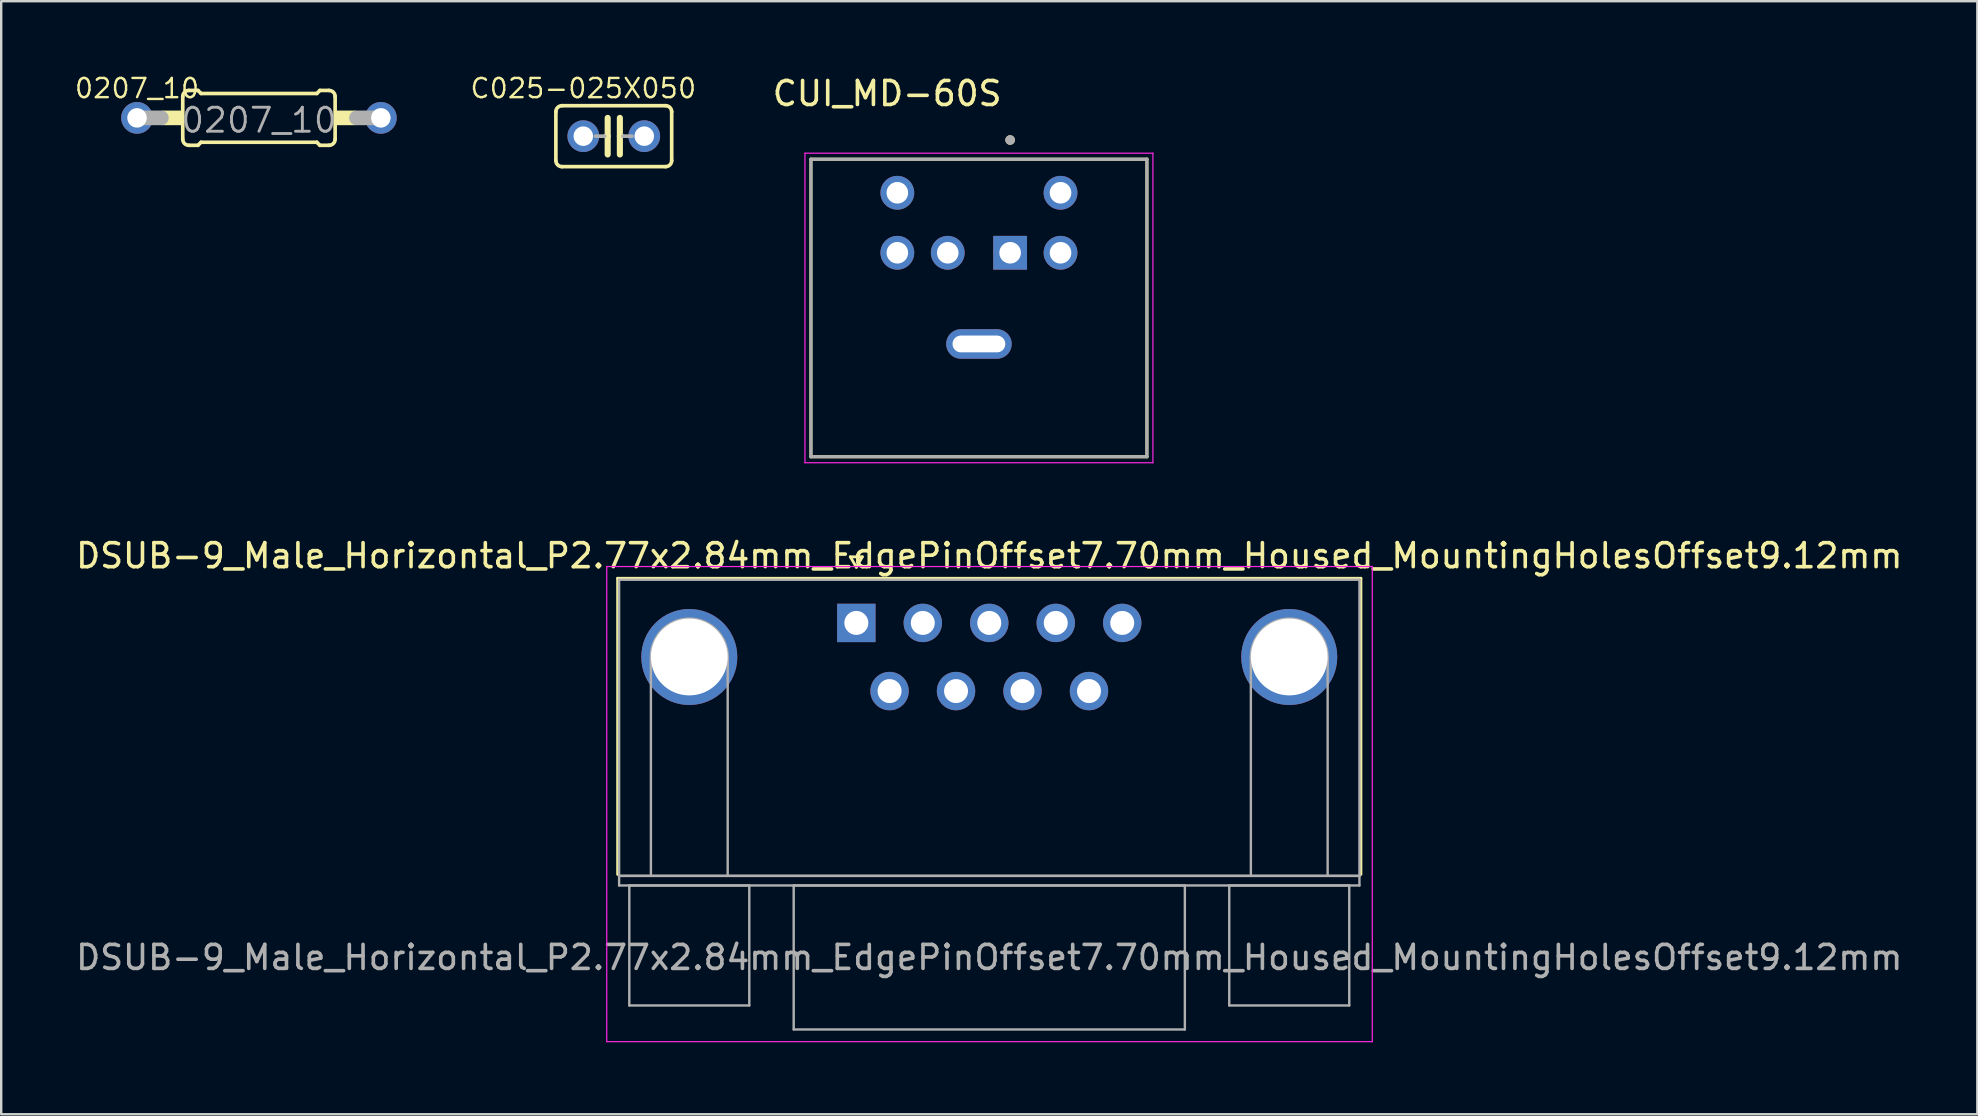
<source format=kicad_pcb>
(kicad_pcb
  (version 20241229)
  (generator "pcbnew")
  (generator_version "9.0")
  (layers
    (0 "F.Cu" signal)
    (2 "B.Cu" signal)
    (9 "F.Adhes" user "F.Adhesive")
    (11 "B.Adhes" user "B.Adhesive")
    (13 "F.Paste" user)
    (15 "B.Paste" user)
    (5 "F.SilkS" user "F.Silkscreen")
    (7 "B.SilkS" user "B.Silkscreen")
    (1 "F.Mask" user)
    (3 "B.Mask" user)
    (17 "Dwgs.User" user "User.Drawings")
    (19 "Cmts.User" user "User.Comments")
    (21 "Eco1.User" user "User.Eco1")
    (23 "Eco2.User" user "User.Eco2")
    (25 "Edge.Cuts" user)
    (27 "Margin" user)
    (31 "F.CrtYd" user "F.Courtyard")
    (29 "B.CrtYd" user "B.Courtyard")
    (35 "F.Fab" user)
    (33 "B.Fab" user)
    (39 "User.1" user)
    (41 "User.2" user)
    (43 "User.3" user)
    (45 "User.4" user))
  (footprint "CUI_MD-60S"
    (layer "F.Cu")
    (at 37.742 11.283)
    (property "Reference" "CUI_MD-60S" (at -3.825 -10.435 0) (layer "F.SilkS") (effects (font (size 1 1) (thickness 0.15))))
    (attr through_hole)
    (fp_line (start -7 -7.7) (end 7 -7.7) (stroke (width 0.127) (type solid)) (layer "F.SilkS"))
    (fp_line (start -7 4.7) (end -7 -7.7) (stroke (width 0.127) (type solid)) (layer "F.SilkS"))
    (fp_line (start 7 -7.7) (end 7 4.7) (stroke (width 0.127) (type solid)) (layer "F.SilkS"))
    (fp_line (start 7 4.7) (end -7 4.7) (stroke (width 0.127) (type solid)) (layer "F.SilkS"))
    (fp_circle (center 1.3 -8.499) (end 1.4 -8.499) (stroke (width 0.2) (type solid)) (fill no) (layer "F.SilkS"))
    (fp_line (start -7.25 -7.95) (end -7.25 4.95) (stroke (width 0.05) (type solid)) (layer "F.CrtYd"))
    (fp_line (start -7.25 4.95) (end 7.25 4.95) (stroke (width 0.05) (type solid)) (layer "F.CrtYd"))
    (fp_line (start 7.25 -7.95) (end -7.25 -7.95) (stroke (width 0.05) (type solid)) (layer "F.CrtYd"))
    (fp_line (start 7.25 4.95) (end 7.25 -7.95) (stroke (width 0.05) (type solid)) (layer "F.CrtYd"))
    (fp_line (start -7 -7.7) (end 7 -7.7) (stroke (width 0.127) (type solid)) (layer "F.Fab"))
    (fp_line (start -7 4.7) (end -7 -7.7) (stroke (width 0.127) (type solid)) (layer "F.Fab"))
    (fp_line (start 7 -7.7) (end 7 4.7) (stroke (width 0.127) (type solid)) (layer "F.Fab"))
    (fp_line (start 7 4.7) (end -7 4.7) (stroke (width 0.127) (type solid)) (layer "F.Fab"))
    (fp_circle (center 1.3 -8.499) (end 1.4 -8.499) (stroke (width 0.2) (type solid)) (fill no) (layer "F.Fab"))
    (pad "1" thru_hole rect (at 1.3 -3.8) (size 1.408 1.408) (drill 0.9) (layers "*.Cu" "*.Mask"))
    (pad "2" thru_hole circle (at -1.3 -3.8) (size 1.408 1.408) (drill 0.9) (layers "*.Cu" "*.Mask"))
    (pad "3" thru_hole circle (at 3.4 -3.8) (size 1.408 1.408) (drill 0.9) (layers "*.Cu" "*.Mask"))
    (pad "4" thru_hole circle (at -3.4 -3.8) (size 1.408 1.408) (drill 0.9) (layers "*.Cu" "*.Mask"))
    (pad "5" thru_hole circle (at 3.4 -6.3) (size 1.408 1.408) (drill 0.9) (layers "*.Cu" "*.Mask"))
    (pad "6" thru_hole circle (at -3.4 -6.3) (size 1.408 1.408) (drill 0.9) (layers "*.Cu" "*.Mask"))
    (pad "S1" thru_hole oval (at 0 0) (size 2.73 1.23) (drill oval 2.2 0.7) (layers "*.Cu" "*.Mask")))
  (footprint "0207_10"
    (layer "F.Cu")
    (at 7.74 1.862)
    (property "Reference" "0207_10" (at -5.08 -0.762 0) (unlocked yes) (layer "F.SilkS") (effects (font (size 0.8 0.8) (thickness 0.1)) (justify bottom)))
    (attr through_hole)
    (fp_line (start -3.175 0.889) (end -3.175 -0.889) (stroke (width 0.152) (type solid)) (layer "F.SilkS"))
    (fp_line (start -2.921 -1.143) (end -2.54 -1.143) (stroke (width 0.152) (type solid)) (layer "F.SilkS"))
    (fp_line (start -2.921 1.143) (end -2.54 1.143) (stroke (width 0.152) (type solid)) (layer "F.SilkS"))
    (fp_line (start -2.413 -1.016) (end -2.54 -1.143) (stroke (width 0.152) (type solid)) (layer "F.SilkS"))
    (fp_line (start -2.413 1.016) (end -2.54 1.143) (stroke (width 0.152) (type solid)) (layer "F.SilkS"))
    (fp_line (start 2.413 -1.016) (end -2.413 -1.016) (stroke (width 0.152) (type solid)) (layer "F.SilkS"))
    (fp_line (start 2.413 -1.016) (end 2.54 -1.143) (stroke (width 0.152) (type solid)) (layer "F.SilkS"))
    (fp_line (start 2.413 1.016) (end -2.413 1.016) (stroke (width 0.152) (type solid)) (layer "F.SilkS"))
    (fp_line (start 2.413 1.016) (end 2.54 1.143) (stroke (width 0.152) (type solid)) (layer "F.SilkS"))
    (fp_line (start 2.921 -1.143) (end 2.54 -1.143) (stroke (width 0.152) (type solid)) (layer "F.SilkS"))
    (fp_line (start 2.921 1.143) (end 2.54 1.143) (stroke (width 0.152) (type solid)) (layer "F.SilkS"))
    (fp_line (start 3.175 0.889) (end 3.175 -0.889) (stroke (width 0.152) (type solid)) (layer "F.SilkS"))
    (fp_arc (start -3.175 -0.889) (mid -3.100605 -1.068605) (end -2.921 -1.143) (stroke (width 0.1524) (type solid)) (layer "F.SilkS"))
    (fp_arc (start -2.921 1.143) (mid -3.100605 1.068605) (end -3.175 0.889) (stroke (width 0.1524) (type solid)) (layer "F.SilkS"))
    (fp_arc (start 2.921 -1.143) (mid 3.100605 -1.068605) (end 3.175 -0.889) (stroke (width 0.1524) (type solid)) (layer "F.SilkS"))
    (fp_arc (start 3.175 0.889) (mid 3.100605 1.068605) (end 2.921 1.143) (stroke (width 0.1524) (type solid)) (layer "F.SilkS"))
    (fp_poly (pts (xy -4.039 0.305) (xy -3.175 0.305) (xy -3.175 -0.305) (xy -4.039 -0.305)) (stroke (width 0) (type solid)) (fill yes) (layer "F.SilkS"))
    (fp_poly (pts (xy 3.175 0.305) (xy 4.039 0.305) (xy 4.039 -0.305) (xy 3.175 -0.305)) (stroke (width 0) (type solid)) (fill yes) (layer "F.SilkS"))
    (fp_line (start -5.08 0) (end -4.064 0) (stroke (width 0.61) (type solid)) (layer "F.Fab"))
    (fp_line (start 5.08 0) (end 4.064 0) (stroke (width 0.61) (type solid)) (layer "F.Fab"))
    (fp_text user "${REFERENCE}" (at 0 0.1 0) (layer "F.Fab") (effects (font (size 1 1) (thickness 0.12))))
    (pad "1" thru_hole circle (at -5.08 0) (size 1.321 1.321) (drill 0.813) (layers "*.Cu" "*.Mask"))
    (pad "2" thru_hole circle (at 5.08 0) (size 1.321 1.321) (drill 0.813) (layers "*.Cu" "*.Mask")))
  (footprint "C025-025X050"
    (layer "F.Cu")
    (at 22.526 2.624)
    (property "Reference" "C025-025X050" (at -1.27 -1.524 0) (unlocked yes) (layer "F.SilkS") (effects (font (size 0.8 0.8) (thickness 0.1)) (justify bottom)))
    (attr through_hole)
    (fp_line (start -2.413 -1.016) (end -2.413 1.016) (stroke (width 0.152) (type solid)) (layer "F.SilkS"))
    (fp_line (start -2.159 -1.27) (end 2.159 -1.27) (stroke (width 0.152) (type solid)) (layer "F.SilkS"))
    (fp_line (start -0.254 -0.762) (end -0.254 0) (stroke (width 0.254) (type solid)) (layer "F.SilkS"))
    (fp_line (start -0.254 0) (end -0.381 0) (stroke (width 0.152) (type solid)) (layer "F.SilkS"))
    (fp_line (start -0.254 0) (end -0.254 0.762) (stroke (width 0.254) (type solid)) (layer "F.SilkS"))
    (fp_line (start 0.254 0) (end 0.254 -0.762) (stroke (width 0.254) (type solid)) (layer "F.SilkS"))
    (fp_line (start 0.254 0) (end 0.254 0.762) (stroke (width 0.254) (type solid)) (layer "F.SilkS"))
    (fp_line (start 0.381 0) (end 0.254 0) (stroke (width 0.152) (type solid)) (layer "F.SilkS"))
    (fp_line (start 2.159 1.27) (end -2.159 1.27) (stroke (width 0.152) (type solid)) (layer "F.SilkS"))
    (fp_line (start 2.413 -1.016) (end 2.413 1.016) (stroke (width 0.152) (type solid)) (layer "F.SilkS"))
    (fp_arc (start -2.413 -1.016) (mid -2.338605 -1.195605) (end -2.159 -1.27) (stroke (width 0.1524) (type solid)) (layer "F.SilkS"))
    (fp_arc (start -2.159 1.27) (mid -2.338605 1.195605) (end -2.413 1.016) (stroke (width 0.1524) (type solid)) (layer "F.SilkS"))
    (fp_arc (start 2.159 -1.27) (mid 2.338605 -1.195605) (end 2.413 -1.016) (stroke (width 0.1524) (type solid)) (layer "F.SilkS"))
    (fp_arc (start 2.413 1.016) (mid 2.338605 1.195605) (end 2.159 1.27) (stroke (width 0.1524) (type solid)) (layer "F.SilkS"))
    (fp_line (start -0.381 0) (end -0.762 0) (stroke (width 0.152) (type solid)) (layer "F.Fab"))
    (fp_line (start 0.762 0) (end 0.381 0) (stroke (width 0.152) (type solid)) (layer "F.Fab"))
    (pad "1" thru_hole circle (at -1.27 0) (size 1.321 1.321) (drill 0.813) (layers "*.Cu" "*.Mask"))
    (pad "2" thru_hole circle (at 1.27 0) (size 1.321 1.321) (drill 0.813) (layers "*.Cu" "*.Mask")))
  (footprint "DSUB-9_Male_Horizontal_P2.77x2.84mm_EdgePinOffset7.70mm_Housed_MountingHolesOffset9.12mm"
    (layer "F.Cu")
    (at 32.633 22.907)
    (property "Reference" "DSUB-9_Male_Horizontal_P2.77x2.84mm_EdgePinOffset7.70mm_Housed_MountingHolesOffset9.12mm" (at 5.54 -2.8 0) (layer "F.SilkS") (effects (font (size 1 1) (thickness 0.15))))
    (attr through_hole)
    (fp_line (start -9.945 -1.86) (end 21.025 -1.86) (stroke (width 0.12) (type solid)) (layer "F.SilkS"))
    (fp_line (start -9.945 10.48) (end -9.945 -1.86) (stroke (width 0.12) (type solid)) (layer "F.SilkS"))
    (fp_line (start -0.25 -2.754) (end 0.25 -2.754) (stroke (width 0.12) (type solid)) (layer "F.SilkS"))
    (fp_line (start 0 -2.321) (end -0.25 -2.754) (stroke (width 0.12) (type solid)) (layer "F.SilkS"))
    (fp_line (start 0.25 -2.754) (end 0 -2.321) (stroke (width 0.12) (type solid)) (layer "F.SilkS"))
    (fp_line (start 21.025 -1.86) (end 21.025 10.48) (stroke (width 0.12) (type solid)) (layer "F.SilkS"))
    (fp_line (start -10.4 -2.35) (end -10.4 17.45) (stroke (width 0.05) (type solid)) (layer "F.CrtYd"))
    (fp_line (start -10.4 17.45) (end 21.5 17.45) (stroke (width 0.05) (type solid)) (layer "F.CrtYd"))
    (fp_line (start 21.5 -2.35) (end -10.4 -2.35) (stroke (width 0.05) (type solid)) (layer "F.CrtYd"))
    (fp_line (start 21.5 17.45) (end 21.5 -2.35) (stroke (width 0.05) (type solid)) (layer "F.CrtYd"))
    (fp_line (start -9.885 -1.8) (end -9.885 10.54) (stroke (width 0.1) (type solid)) (layer "F.Fab"))
    (fp_line (start -9.885 10.54) (end -9.885 10.94) (stroke (width 0.1) (type solid)) (layer "F.Fab"))
    (fp_line (start -9.885 10.54) (end 20.965 10.54) (stroke (width 0.1) (type solid)) (layer "F.Fab"))
    (fp_line (start -9.885 10.94) (end 20.965 10.94) (stroke (width 0.1) (type solid)) (layer "F.Fab"))
    (fp_line (start -9.46 10.94) (end -9.46 15.94) (stroke (width 0.1) (type solid)) (layer "F.Fab"))
    (fp_line (start -9.46 15.94) (end -4.46 15.94) (stroke (width 0.1) (type solid)) (layer "F.Fab"))
    (fp_line (start -8.56 10.54) (end -8.56 1.42) (stroke (width 0.1) (type solid)) (layer "F.Fab"))
    (fp_line (start -5.36 10.54) (end -5.36 1.42) (stroke (width 0.1) (type solid)) (layer "F.Fab"))
    (fp_line (start -4.46 10.94) (end -9.46 10.94) (stroke (width 0.1) (type solid)) (layer "F.Fab"))
    (fp_line (start -4.46 15.94) (end -4.46 10.94) (stroke (width 0.1) (type solid)) (layer "F.Fab"))
    (fp_line (start -2.61 10.94) (end -2.61 16.94) (stroke (width 0.1) (type solid)) (layer "F.Fab"))
    (fp_line (start -2.61 16.94) (end 13.69 16.94) (stroke (width 0.1) (type solid)) (layer "F.Fab"))
    (fp_line (start 13.69 10.94) (end -2.61 10.94) (stroke (width 0.1) (type solid)) (layer "F.Fab"))
    (fp_line (start 13.69 16.94) (end 13.69 10.94) (stroke (width 0.1) (type solid)) (layer "F.Fab"))
    (fp_line (start 15.54 10.94) (end 15.54 15.94) (stroke (width 0.1) (type solid)) (layer "F.Fab"))
    (fp_line (start 15.54 15.94) (end 20.54 15.94) (stroke (width 0.1) (type solid)) (layer "F.Fab"))
    (fp_line (start 16.44 10.54) (end 16.44 1.42) (stroke (width 0.1) (type solid)) (layer "F.Fab"))
    (fp_line (start 19.64 10.54) (end 19.64 1.42) (stroke (width 0.1) (type solid)) (layer "F.Fab"))
    (fp_line (start 20.54 10.94) (end 15.54 10.94) (stroke (width 0.1) (type solid)) (layer "F.Fab"))
    (fp_line (start 20.54 15.94) (end 20.54 10.94) (stroke (width 0.1) (type solid)) (layer "F.Fab"))
    (fp_line (start 20.965 -1.8) (end -9.885 -1.8) (stroke (width 0.1) (type solid)) (layer "F.Fab"))
    (fp_line (start 20.965 10.54) (end -9.885 10.54) (stroke (width 0.1) (type solid)) (layer "F.Fab"))
    (fp_line (start 20.965 10.54) (end 20.965 -1.8) (stroke (width 0.1) (type solid)) (layer "F.Fab"))
    (fp_line (start 20.965 10.94) (end 20.965 10.54) (stroke (width 0.1) (type solid)) (layer "F.Fab"))
    (fp_arc (start -8.56 1.42) (mid -6.96 -0.18) (end -5.36 1.42) (stroke (width 0.1) (type solid)) (layer "F.Fab"))
    (fp_arc (start 16.44 1.42) (mid 18.04 -0.18) (end 19.64 1.42) (stroke (width 0.1) (type solid)) (layer "F.Fab"))
    (fp_text user "${REFERENCE}" (at 5.54 13.94 0) (layer "F.Fab") (effects (font (size 1 1) (thickness 0.15))))
    (pad "0" thru_hole circle (at -6.96 1.42) (size 4 4) (drill 3.2) (layers "*.Cu" "*.Mask"))
    (pad "0" thru_hole circle (at 18.04 1.42) (size 4 4) (drill 3.2) (layers "*.Cu" "*.Mask"))
    (pad "1" thru_hole rect (at 0 0) (size 1.6 1.6) (drill 1) (layers "*.Cu" "*.Mask"))
    (pad "2" thru_hole circle (at 2.77 0) (size 1.6 1.6) (drill 1) (layers "*.Cu" "*.Mask"))
    (pad "3" thru_hole circle (at 5.54 0) (size 1.6 1.6) (drill 1) (layers "*.Cu" "*.Mask"))
    (pad "4" thru_hole circle (at 8.31 0) (size 1.6 1.6) (drill 1) (layers "*.Cu" "*.Mask"))
    (pad "5" thru_hole circle (at 11.08 0) (size 1.6 1.6) (drill 1) (layers "*.Cu" "*.Mask"))
    (pad "6" thru_hole circle (at 1.385 2.84) (size 1.6 1.6) (drill 1) (layers "*.Cu" "*.Mask"))
    (pad "7" thru_hole circle (at 4.155 2.84) (size 1.6 1.6) (drill 1) (layers "*.Cu" "*.Mask"))
    (pad "8" thru_hole circle (at 6.925 2.84) (size 1.6 1.6) (drill 1) (layers "*.Cu" "*.Mask"))
    (pad "9" thru_hole circle (at 9.695 2.84) (size 1.6 1.6) (drill 1) (layers "*.Cu" "*.Mask")))
  (gr_rect
    (start -3 -3)
    (end 79.345 43.382)
    (stroke (width 0.1) (type default))
    (fill no)
    (layer "Edge.Cuts")))
</source>
